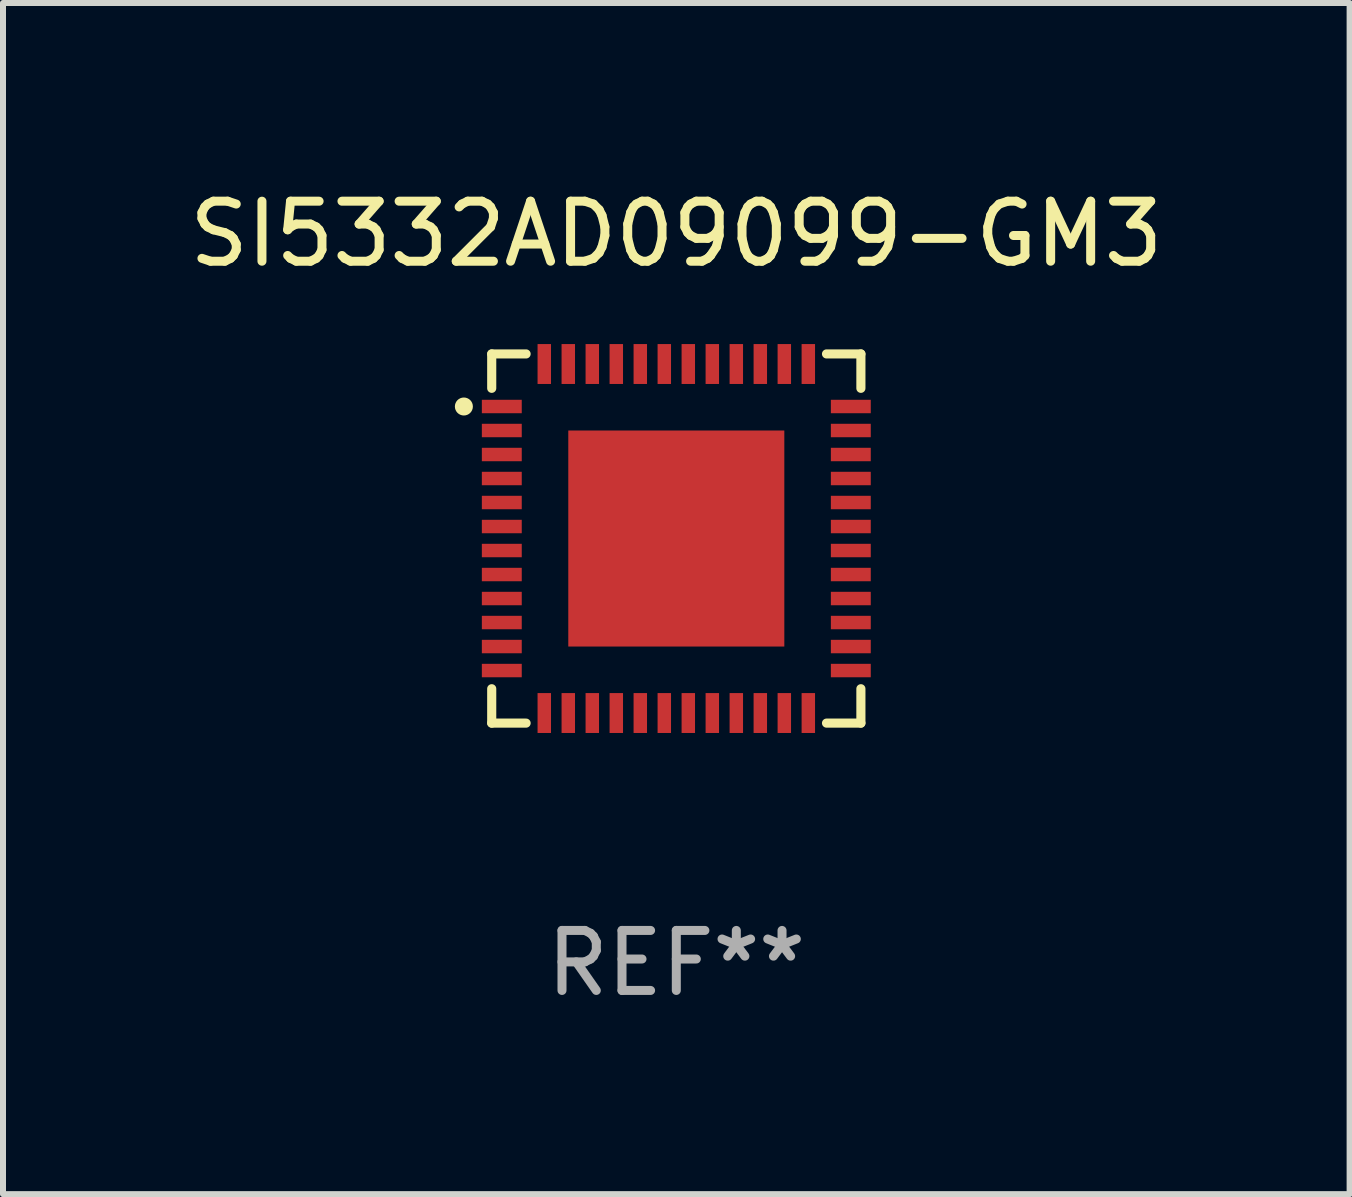
<source format=kicad_pcb>
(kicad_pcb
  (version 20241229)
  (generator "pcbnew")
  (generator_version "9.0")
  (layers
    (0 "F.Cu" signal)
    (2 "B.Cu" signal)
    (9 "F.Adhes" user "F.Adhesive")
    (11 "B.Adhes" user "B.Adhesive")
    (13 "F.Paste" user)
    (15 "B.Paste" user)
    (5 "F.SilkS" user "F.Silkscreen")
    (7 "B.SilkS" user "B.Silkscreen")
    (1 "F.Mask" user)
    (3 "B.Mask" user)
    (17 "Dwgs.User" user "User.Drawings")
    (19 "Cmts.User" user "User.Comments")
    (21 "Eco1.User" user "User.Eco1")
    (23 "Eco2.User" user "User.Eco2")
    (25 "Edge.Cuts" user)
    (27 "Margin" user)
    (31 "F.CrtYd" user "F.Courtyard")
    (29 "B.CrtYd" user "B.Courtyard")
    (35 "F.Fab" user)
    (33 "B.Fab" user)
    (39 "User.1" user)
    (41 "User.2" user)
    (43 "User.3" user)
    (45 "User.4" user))
  (footprint "SI5332AD09099-GM3"
    (layer "F.Cu")
    (at 8.22 5.924)
    (property "Reference" "SI5332AD09099-GM3" (at 0 -5.076 0) (layer "F.SilkS") (effects (font (size 1 1) (thickness 0.15))))
    (attr through_hole)
    (fp_line (start -3.076 -3.076) (end -3.076 -2.503) (stroke (width 0.152) (type solid)) (layer "F.SilkS"))
    (fp_line (start -3.076 3.076) (end -3.076 2.503) (stroke (width 0.152) (type solid)) (layer "F.SilkS"))
    (fp_line (start -2.503 -3.076) (end -3.076 -3.076) (stroke (width 0.152) (type solid)) (layer "F.SilkS"))
    (fp_line (start -2.503 3.076) (end -3.076 3.076) (stroke (width 0.152) (type solid)) (layer "F.SilkS"))
    (fp_line (start 2.503 -3.076) (end 3.076 -3.076) (stroke (width 0.152) (type solid)) (layer "F.SilkS"))
    (fp_line (start 2.503 3.076) (end 3.076 3.076) (stroke (width 0.152) (type solid)) (layer "F.SilkS"))
    (fp_line (start 3.076 -3.076) (end 3.076 -2.503) (stroke (width 0.152) (type solid)) (layer "F.SilkS"))
    (fp_line (start 3.076 3.076) (end 3.076 2.503) (stroke (width 0.152) (type solid)) (layer "F.SilkS"))
    (fp_circle (center -3.54 -2.2) (end -3.465 -2.2) (stroke (width 0.15) (type solid)) (fill no) (layer "F.SilkS"))
    (fp_text user "REF**" (at 0 7.076 0) (layer "F.Fab") (effects (font (size 1 1) (thickness 0.15))))
    (pad "1" smd rect (at -2.908 -2.2) (size 0.665 0.224) (layers "F.Cu" "F.Mask" "F.Paste"))
    (pad "2" smd rect (at -2.908 -1.8) (size 0.665 0.224) (layers "F.Cu" "F.Mask" "F.Paste"))
    (pad "3" smd rect (at -2.908 -1.4) (size 0.665 0.224) (layers "F.Cu" "F.Mask" "F.Paste"))
    (pad "4" smd rect (at -2.908 -1) (size 0.665 0.224) (layers "F.Cu" "F.Mask" "F.Paste"))
    (pad "5" smd rect (at -2.908 -0.6) (size 0.665 0.224) (layers "F.Cu" "F.Mask" "F.Paste"))
    (pad "6" smd rect (at -2.908 -0.2) (size 0.665 0.224) (layers "F.Cu" "F.Mask" "F.Paste"))
    (pad "7" smd rect (at -2.908 0.2) (size 0.665 0.224) (layers "F.Cu" "F.Mask" "F.Paste"))
    (pad "8" smd rect (at -2.908 0.6) (size 0.665 0.224) (layers "F.Cu" "F.Mask" "F.Paste"))
    (pad "9" smd rect (at -2.908 1) (size 0.665 0.224) (layers "F.Cu" "F.Mask" "F.Paste"))
    (pad "10" smd rect (at -2.908 1.4) (size 0.665 0.224) (layers "F.Cu" "F.Mask" "F.Paste"))
    (pad "11" smd rect (at -2.908 1.8) (size 0.665 0.224) (layers "F.Cu" "F.Mask" "F.Paste"))
    (pad "12" smd rect (at -2.908 2.2) (size 0.665 0.224) (layers "F.Cu" "F.Mask" "F.Paste"))
    (pad "13" smd rect (at -2.2 2.908) (size 0.224 0.665) (layers "F.Cu" "F.Mask" "F.Paste"))
    (pad "14" smd rect (at -1.8 2.908) (size 0.224 0.665) (layers "F.Cu" "F.Mask" "F.Paste"))
    (pad "15" smd rect (at -1.4 2.908) (size 0.224 0.665) (layers "F.Cu" "F.Mask" "F.Paste"))
    (pad "16" smd rect (at -1 2.908) (size 0.224 0.665) (layers "F.Cu" "F.Mask" "F.Paste"))
    (pad "17" smd rect (at -0.6 2.908) (size 0.224 0.665) (layers "F.Cu" "F.Mask" "F.Paste"))
    (pad "18" smd rect (at -0.2 2.908) (size 0.224 0.665) (layers "F.Cu" "F.Mask" "F.Paste"))
    (pad "19" smd rect (at 0.2 2.908) (size 0.224 0.665) (layers "F.Cu" "F.Mask" "F.Paste"))
    (pad "20" smd rect (at 0.6 2.908) (size 0.224 0.665) (layers "F.Cu" "F.Mask" "F.Paste"))
    (pad "21" smd rect (at 1 2.908) (size 0.224 0.665) (layers "F.Cu" "F.Mask" "F.Paste"))
    (pad "22" smd rect (at 1.4 2.908) (size 0.224 0.665) (layers "F.Cu" "F.Mask" "F.Paste"))
    (pad "23" smd rect (at 1.8 2.908) (size 0.224 0.665) (layers "F.Cu" "F.Mask" "F.Paste"))
    (pad "24" smd rect (at 2.2 2.908) (size 0.224 0.665) (layers "F.Cu" "F.Mask" "F.Paste"))
    (pad "25" smd rect (at 2.908 2.2) (size 0.665 0.224) (layers "F.Cu" "F.Mask" "F.Paste"))
    (pad "26" smd rect (at 2.908 1.8) (size 0.665 0.224) (layers "F.Cu" "F.Mask" "F.Paste"))
    (pad "27" smd rect (at 2.908 1.4) (size 0.665 0.224) (layers "F.Cu" "F.Mask" "F.Paste"))
    (pad "28" smd rect (at 2.908 1) (size 0.665 0.224) (layers "F.Cu" "F.Mask" "F.Paste"))
    (pad "29" smd rect (at 2.908 0.6) (size 0.665 0.224) (layers "F.Cu" "F.Mask" "F.Paste"))
    (pad "30" smd rect (at 2.908 0.2) (size 0.665 0.224) (layers "F.Cu" "F.Mask" "F.Paste"))
    (pad "31" smd rect (at 2.908 -0.2) (size 0.665 0.224) (layers "F.Cu" "F.Mask" "F.Paste"))
    (pad "32" smd rect (at 2.908 -0.6) (size 0.665 0.224) (layers "F.Cu" "F.Mask" "F.Paste"))
    (pad "33" smd rect (at 2.908 -1) (size 0.665 0.224) (layers "F.Cu" "F.Mask" "F.Paste"))
    (pad "34" smd rect (at 2.908 -1.4) (size 0.665 0.224) (layers "F.Cu" "F.Mask" "F.Paste"))
    (pad "35" smd rect (at 2.908 -1.8) (size 0.665 0.224) (layers "F.Cu" "F.Mask" "F.Paste"))
    (pad "36" smd rect (at 2.908 -2.2) (size 0.665 0.224) (layers "F.Cu" "F.Mask" "F.Paste"))
    (pad "37" smd rect (at 2.2 -2.908) (size 0.224 0.665) (layers "F.Cu" "F.Mask" "F.Paste"))
    (pad "38" smd rect (at 1.8 -2.908) (size 0.224 0.665) (layers "F.Cu" "F.Mask" "F.Paste"))
    (pad "39" smd rect (at 1.4 -2.908) (size 0.224 0.665) (layers "F.Cu" "F.Mask" "F.Paste"))
    (pad "40" smd rect (at 1 -2.908) (size 0.224 0.665) (layers "F.Cu" "F.Mask" "F.Paste"))
    (pad "41" smd rect (at 0.6 -2.908) (size 0.224 0.665) (layers "F.Cu" "F.Mask" "F.Paste"))
    (pad "42" smd rect (at 0.2 -2.908) (size 0.224 0.665) (layers "F.Cu" "F.Mask" "F.Paste"))
    (pad "43" smd rect (at -0.2 -2.908) (size 0.224 0.665) (layers "F.Cu" "F.Mask" "F.Paste"))
    (pad "44" smd rect (at -0.6 -2.908) (size 0.224 0.665) (layers "F.Cu" "F.Mask" "F.Paste"))
    (pad "45" smd rect (at -1 -2.908) (size 0.224 0.665) (layers "F.Cu" "F.Mask" "F.Paste"))
    (pad "46" smd rect (at -1.4 -2.908) (size 0.224 0.665) (layers "F.Cu" "F.Mask" "F.Paste"))
    (pad "47" smd rect (at -1.8 -2.908) (size 0.224 0.665) (layers "F.Cu" "F.Mask" "F.Paste"))
    (pad "48" smd rect (at -2.2 -2.908) (size 0.224 0.665) (layers "F.Cu" "F.Mask" "F.Paste"))
    (pad "49" smd rect (at 0 0) (size 3.6 3.6) (layers "F.Cu" "F.Mask" "F.Paste")))
  (gr_rect
    (start -3 -3)
    (end 19.44 16.849)
    (stroke (width 0.1) (type default))
    (fill no)
    (layer "Edge.Cuts")))
</source>
